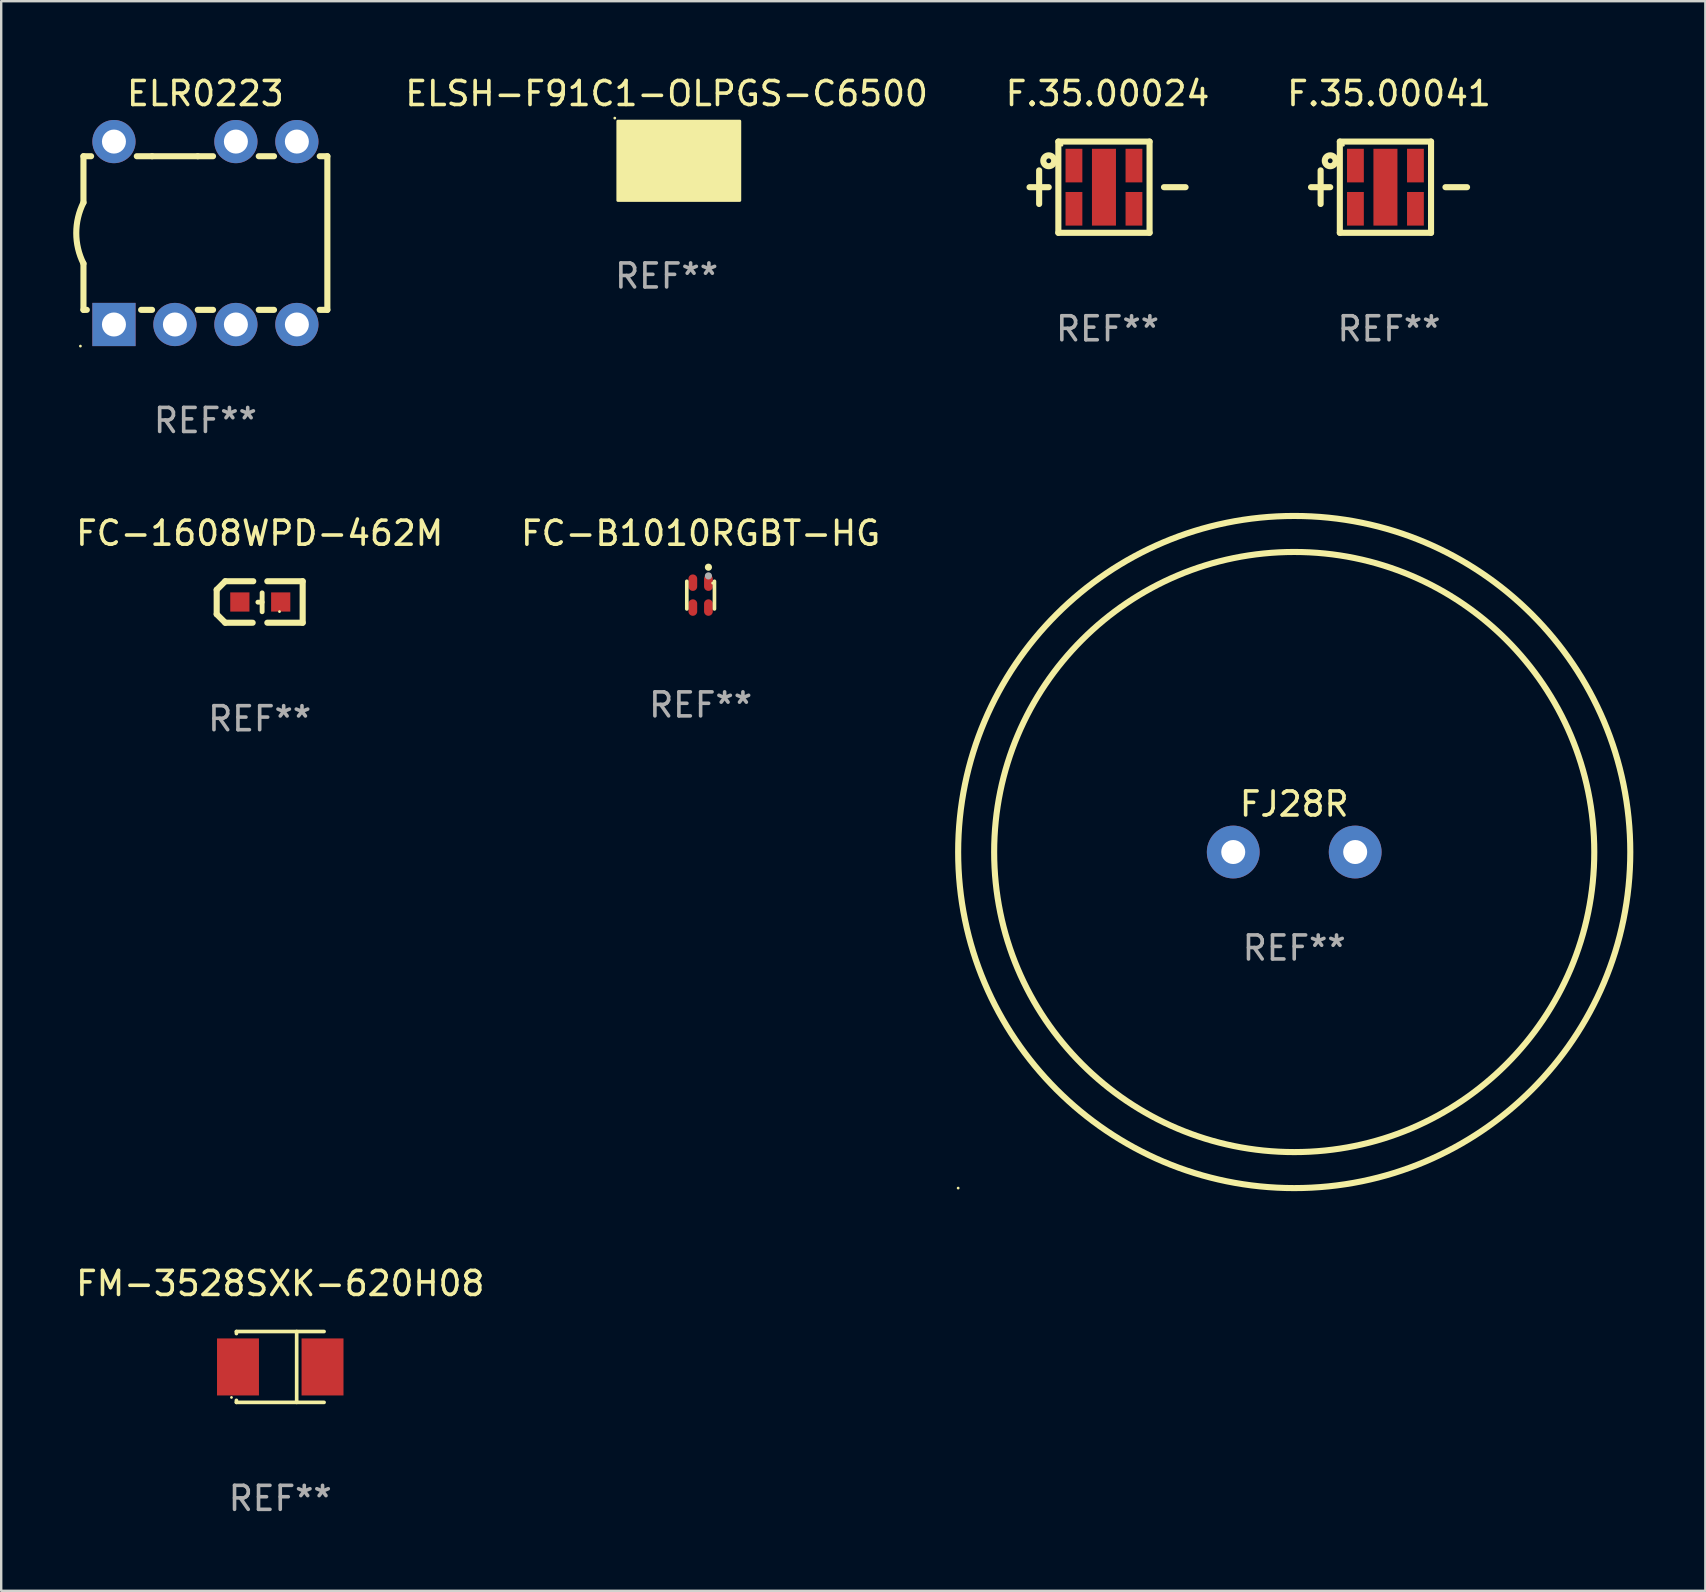
<source format=kicad_pcb>
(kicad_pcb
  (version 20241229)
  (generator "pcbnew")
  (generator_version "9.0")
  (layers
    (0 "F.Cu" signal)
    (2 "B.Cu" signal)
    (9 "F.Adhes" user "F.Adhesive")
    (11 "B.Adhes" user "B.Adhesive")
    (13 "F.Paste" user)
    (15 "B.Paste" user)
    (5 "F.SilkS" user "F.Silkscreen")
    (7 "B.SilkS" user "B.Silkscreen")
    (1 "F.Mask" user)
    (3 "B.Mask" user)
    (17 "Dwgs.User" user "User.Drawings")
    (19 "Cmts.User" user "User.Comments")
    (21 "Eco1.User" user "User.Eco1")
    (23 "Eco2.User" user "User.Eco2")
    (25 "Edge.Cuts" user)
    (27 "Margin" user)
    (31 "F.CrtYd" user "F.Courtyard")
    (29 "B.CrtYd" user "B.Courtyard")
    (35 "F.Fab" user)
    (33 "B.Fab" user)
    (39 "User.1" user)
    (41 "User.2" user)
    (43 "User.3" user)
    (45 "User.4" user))
  (footprint "F.35.00024"
    (layer "F.Cu")
    (at 43.089 4.748)
    (property "Reference" "F.35.00024" (at 0 -3.9 0) (layer "F.SilkS") (effects (font (size 1 1) (thickness 0.15))))
    (attr through_hole)
    (fp_line (start -3.25 0) (end -2.45 0) (stroke (width 0.254) (type solid)) (layer "F.SilkS"))
    (fp_line (start -2.85 -0.7) (end -2.85 0.7) (stroke (width 0.254) (type solid)) (layer "F.SilkS"))
    (fp_line (start -2.05 -1.9) (end 1.75 -1.9) (stroke (width 0.254) (type solid)) (layer "F.SilkS"))
    (fp_line (start -2.05 1.9) (end -2.05 -1.9) (stroke (width 0.254) (type solid)) (layer "F.SilkS"))
    (fp_line (start 1.75 -1.9) (end 1.75 1.9) (stroke (width 0.254) (type solid)) (layer "F.SilkS"))
    (fp_line (start 1.75 1.9) (end -2.05 1.9) (stroke (width 0.254) (type solid)) (layer "F.SilkS"))
    (fp_line (start 2.35 0) (end 3.25 0) (stroke (width 0.254) (type solid)) (layer "F.SilkS"))
    (fp_circle (center -2.45 -1.1) (end -2.35 -1.1) (stroke (width 0.254) (type solid)) (fill no) (layer "F.SilkS"))
    (fp_circle (center -1.9 -1.75) (end -1.87 -1.75) (stroke (width 0.06) (type solid)) (fill no) (layer "F.SilkS"))
    (fp_text user "REF**" (at 0 5.9 0) (layer "F.Fab") (effects (font (size 1 1) (thickness 0.15))))
    (pad "1" smd rect (at -1.4 -0.9) (size 0.7 1.4) (layers "F.Cu" "F.Mask" "F.Paste"))
    (pad "2" smd rect (at 1.1 -0.9) (size 0.7 1.4) (layers "F.Cu" "F.Mask" "F.Paste"))
    (pad "3" smd rect (at -1.4 0.9) (size 0.7 1.4) (layers "F.Cu" "F.Mask" "F.Paste"))
    (pad "4" smd rect (at 1.1 0.9) (size 0.7 1.4) (layers "F.Cu" "F.Mask" "F.Paste"))
    (pad "5" smd rect (at -0.15 0) (size 1 3.2) (layers "F.Cu" "F.Mask" "F.Paste")))
  (footprint "ELR0223"
    (layer "F.Cu")
    (at 5.507 6.658)
    (property "Reference" "ELR0223" (at 0 -5.81 0) (layer "F.SilkS") (effects (font (size 1 1) (thickness 0.15))))
    (attr through_hole)
    (fp_line (start -5.08 -3.2) (end -4.762 -3.2) (stroke (width 0.254) (type solid)) (layer "F.SilkS"))
    (fp_line (start -5.08 -1.27) (end -5.08 -3.2) (stroke (width 0.254) (type solid)) (layer "F.SilkS"))
    (fp_line (start -5.08 3.2) (end -5.08 1.27) (stroke (width 0.254) (type solid)) (layer "F.SilkS"))
    (fp_line (start -5.08 3.2) (end -4.941 3.2) (stroke (width 0.254) (type solid)) (layer "F.SilkS"))
    (fp_line (start -2.858 -3.2) (end -2.222 -3.2) (stroke (width 0.254) (type solid)) (layer "F.SilkS"))
    (fp_line (start -2.679 3.2) (end -2.222 3.2) (stroke (width 0.254) (type solid)) (layer "F.SilkS"))
    (fp_line (start -2.222 -3.2) (end -0.318 -3.2) (stroke (width 0.254) (type solid)) (layer "F.SilkS"))
    (fp_line (start -0.318 -3.2) (end 0.318 -3.2) (stroke (width 0.254) (type solid)) (layer "F.SilkS"))
    (fp_line (start -0.318 3.2) (end 0.318 3.2) (stroke (width 0.254) (type solid)) (layer "F.SilkS"))
    (fp_line (start 2.222 -3.2) (end 2.858 -3.2) (stroke (width 0.254) (type solid)) (layer "F.SilkS"))
    (fp_line (start 2.222 3.2) (end 2.858 3.2) (stroke (width 0.254) (type solid)) (layer "F.SilkS"))
    (fp_line (start 4.762 -3.2) (end 5.08 -3.2) (stroke (width 0.254) (type solid)) (layer "F.SilkS"))
    (fp_line (start 4.762 3.2) (end 5.08 3.2) (stroke (width 0.254) (type solid)) (layer "F.SilkS"))
    (fp_line (start 5.08 3.2) (end 5.08 -3.2) (stroke (width 0.254) (type solid)) (layer "F.SilkS"))
    (fp_arc (start -5.080011 1.270002) (mid -5.379818 -0.000001) (end -5.08001 -1.270003) (stroke (width 0.254001) (type solid)) (layer "F.SilkS"))
    (fp_circle (center -5.207 4.71) (end -5.177 4.71) (stroke (width 0.06) (type solid)) (fill no) (layer "F.SilkS"))
    (fp_text user "REF**" (at 0 7.81 0) (layer "F.Fab") (effects (font (size 1 1) (thickness 0.15))))
    (pad "1" thru_hole rect (at -3.81 3.81) (size 1.8 1.8) (drill 1) (layers "*.Cu" "*.Mask"))
    (pad "2" thru_hole circle (at -1.27 3.81) (size 1.8 1.8) (drill 1) (layers "*.Cu" "*.Mask"))
    (pad "3" thru_hole circle (at 1.27 3.81) (size 1.8 1.8) (drill 1) (layers "*.Cu" "*.Mask"))
    (pad "4" thru_hole circle (at 3.81 3.81) (size 1.8 1.8) (drill 1) (layers "*.Cu" "*.Mask"))
    (pad "5" thru_hole circle (at 3.81 -3.81) (size 1.8 1.8) (drill 1) (layers "*.Cu" "*.Mask"))
    (pad "6" thru_hole circle (at 1.27 -3.81) (size 1.8 1.8) (drill 1) (layers "*.Cu" "*.Mask"))
    (pad "8" thru_hole circle (at -3.81 -3.81) (size 1.8 1.8) (drill 1) (layers "*.Cu" "*.Mask")))
  (footprint "FC-B1010RGBT-HG"
    (layer "F.Cu")
    (at 26.137 21.741)
    (property "Reference" "FC-B1010RGBT-HG" (at 0 -2.576 0) (layer "F.SilkS") (effects (font (size 1 1) (thickness 0.15))))
    (attr through_hole)
    (fp_line (start -0.576 -0.576) (end -0.576 0.576) (stroke (width 0.152) (type solid)) (layer "F.SilkS"))
    (fp_line (start 0.576 -0.576) (end 0.576 0.576) (stroke (width 0.152) (type solid)) (layer "F.SilkS"))
    (fp_circle (center 0.325 -1.162) (end 0.4 -1.162) (stroke (width 0.15) (type solid)) (fill no) (layer "F.SilkS"))
    (fp_circle (center 0.5 -0.5) (end 0.53 -0.5) (stroke (width 0.06) (type solid)) (fill no) (layer "F.SilkS"))
    (fp_circle (center 0.325 -0.8) (end 0.4 -0.8) (stroke (width 0.15) (type solid)) (fill no) (layer "F.Fab"))
    (fp_text user "REF**" (at 0 4.576 0) (layer "F.Fab") (effects (font (size 1 1) (thickness 0.15))))
    (pad "1" smd oval (at 0.325 -0.518 180) (size 0.364 0.687) (layers "F.Cu" "F.Mask" "F.Paste"))
    (pad "2" smd oval (at 0.325 0.519 180) (size 0.364 0.687) (layers "F.Cu" "F.Mask" "F.Paste"))
    (pad "3" smd oval (at -0.325 0.519 180) (size 0.364 0.687) (layers "F.Cu" "F.Mask" "F.Paste"))
    (pad "4" smd oval (at -0.325 -0.518 180) (size 0.364 0.687) (layers "F.Cu" "F.Mask" "F.Paste")))
  (footprint "ELSH-F91C1-OLPGS-C6500"
    (layer "F.Cu")
    (at 24.72 3.648)
    (property "Reference" "ELSH-F91C1-OLPGS-C6500" (at 0 -2.8 0) (layer "F.SilkS") (effects (font (size 1 1) (thickness 0.15))))
    (attr through_hole)
    (fp_circle (center -2.159 -1.778) (end -2.129 -1.778) (stroke (width 0.06) (type solid)) (fill no) (layer "F.SilkS"))
    (fp_poly (pts (xy -2.032 -1.651) (xy 3.048 -1.651) (xy 3.048 1.651) (xy -2.032 1.651)) (stroke (width 0.12) (type solid)) (fill yes) (layer "F.SilkS"))
    (fp_text user "REF**" (at 0 4.8 0) (layer "F.Fab") (effects (font (size 1 1) (thickness 0.15))))
    (pad "1" smd rect (at -1.29 -0.8 180) (size 0.67 1.2) (layers "F.Cu" "F.Mask" "F.Paste"))
    (pad "2" smd rect (at -1.29 0.8 180) (size 0.67 1.2) (layers "F.Cu" "F.Mask" "F.Paste"))
    (pad "3" smd custom (at 1.29 0.000127 180) (size 2.667 2.794) (layers "F.Cu" "F.Mask" "F.Paste") (options (anchor circle)) (primitives (gr_poly (pts (xy 1.334 1.397) (xy 1.334 -1.397) (xy -1.333 -1.397) (xy -1.333 -0.508) (xy -0.444 -0.508) (xy -0.444 0.508) (xy -1.333 0.508) (xy -1.333 1.397) (xy 1.334 1.397)) (width 0) (fill yes)))))
  (footprint "F.35.00041"
    (layer "F.Cu")
    (at 54.815 4.748)
    (property "Reference" "F.35.00041" (at 0 -3.9 0) (layer "F.SilkS") (effects (font (size 1 1) (thickness 0.15))))
    (attr through_hole)
    (fp_line (start -3.25 0) (end -2.45 0) (stroke (width 0.254) (type solid)) (layer "F.SilkS"))
    (fp_line (start -2.85 -0.7) (end -2.85 0.7) (stroke (width 0.254) (type solid)) (layer "F.SilkS"))
    (fp_line (start -2.05 -1.9) (end 1.75 -1.9) (stroke (width 0.254) (type solid)) (layer "F.SilkS"))
    (fp_line (start -2.05 1.9) (end -2.05 -1.9) (stroke (width 0.254) (type solid)) (layer "F.SilkS"))
    (fp_line (start 1.75 -1.9) (end 1.75 1.9) (stroke (width 0.254) (type solid)) (layer "F.SilkS"))
    (fp_line (start 1.75 1.9) (end -2.05 1.9) (stroke (width 0.254) (type solid)) (layer "F.SilkS"))
    (fp_line (start 2.35 0) (end 3.25 0) (stroke (width 0.254) (type solid)) (layer "F.SilkS"))
    (fp_circle (center -2.45 -1.1) (end -2.35 -1.1) (stroke (width 0.254) (type solid)) (fill no) (layer "F.SilkS"))
    (fp_circle (center -1.9 -1.75) (end -1.87 -1.75) (stroke (width 0.06) (type solid)) (fill no) (layer "F.SilkS"))
    (fp_text user "REF**" (at 0 5.9 0) (layer "F.Fab") (effects (font (size 1 1) (thickness 0.15))))
    (pad "1" smd rect (at -1.4 -0.9) (size 0.7 1.4) (layers "F.Cu" "F.Mask" "F.Paste"))
    (pad "2" smd rect (at 1.1 -0.9) (size 0.7 1.4) (layers "F.Cu" "F.Mask" "F.Paste"))
    (pad "3" smd rect (at -1.4 0.9) (size 0.7 1.4) (layers "F.Cu" "F.Mask" "F.Paste"))
    (pad "4" smd rect (at 1.1 0.9) (size 0.7 1.4) (layers "F.Cu" "F.Mask" "F.Paste"))
    (pad "5" smd rect (at -0.15 0) (size 1 3.2) (layers "F.Cu" "F.Mask" "F.Paste")))
  (footprint "FJ28R"
    (layer "F.Cu")
    (at 50.865 32.444)
    (property "Reference" "FJ28R" (at 0 -2 0) (layer "F.SilkS") (effects (font (size 1 1) (thickness 0.15))))
    (attr through_hole)
    (fp_circle (center -14 14) (end -13.97 14) (stroke (width 0.06) (type solid)) (fill no) (layer "F.SilkS"))
    (fp_circle (center 0 0) (end 12.5 0) (stroke (width 0.254) (type solid)) (fill no) (layer "F.SilkS"))
    (fp_circle (center 0 0) (end 14 0) (stroke (width 0.254) (type solid)) (fill no) (layer "F.SilkS"))
    (fp_text user "+" (at 5.55 0.86 0) (layer "B.Mask") (effects (font (size 1 1) (thickness 0.15))))
    (fp_text user "REF**" (at 0 4 0) (layer "F.Fab") (effects (font (size 1 1) (thickness 0.15))))
    (pad "1" thru_hole circle (at -2.54 0) (size 2.2 2.2) (drill 1) (layers "*.Cu" "*.Mask"))
    (pad "2" thru_hole circle (at 2.54 0) (size 2.2 2.2) (drill 1) (layers "*.Cu" "*.Mask")))
  (footprint "FM-3528SXK-620H08"
    (layer "F.Cu")
    (at 8.625 53.895)
    (property "Reference" "FM-3528SXK-620H08" (at 0 -3.476 0) (layer "F.SilkS") (effects (font (size 1 1) (thickness 0.15))))
    (attr through_hole)
    (fp_line (start -1.826 -1.476) (end -1.826 -1.391) (stroke (width 0.152) (type solid)) (layer "F.SilkS"))
    (fp_line (start -1.826 1.476) (end -1.826 1.391) (stroke (width 0.152) (type solid)) (layer "F.SilkS"))
    (fp_line (start 0.684 1.476) (end 0.684 -1.476) (stroke (width 0.152) (type solid)) (layer "F.SilkS"))
    (fp_line (start 1.826 -1.476) (end -1.826 -1.476) (stroke (width 0.152) (type solid)) (layer "F.SilkS"))
    (fp_line (start 1.826 1.476) (end -1.826 1.476) (stroke (width 0.152) (type solid)) (layer "F.SilkS"))
    (fp_circle (center -2.032 1.27) (end -2.002 1.27) (stroke (width 0.06) (type solid)) (fill no) (layer "F.SilkS"))
    (fp_text user "REF**" (at 0 5.476 0) (layer "F.Fab") (effects (font (size 1 1) (thickness 0.15))))
    (pad "1" smd rect (at -1.761 0) (size 1.747 2.376) (layers "F.Cu" "F.Mask" "F.Paste"))
    (pad "2" smd rect (at 1.761 0) (size 1.747 2.376) (layers "F.Cu" "F.Mask" "F.Paste")))
  (footprint "FC-1608WPD-462M"
    (layer "F.Cu")
    (at 7.768 22.028)
    (property "Reference" "FC-1608WPD-462M" (at 0 -2.864 0) (layer "F.SilkS") (effects (font (size 1 1) (thickness 0.15))))
    (attr through_hole)
    (fp_line (start -1.791 -0.508) (end -1.435 -0.864) (stroke (width 0.254) (type solid)) (layer "F.SilkS"))
    (fp_line (start -1.791 0.508) (end -1.791 -0.508) (stroke (width 0.254) (type solid)) (layer "F.SilkS"))
    (fp_line (start -1.435 0.864) (end -1.791 0.508) (stroke (width 0.254) (type solid)) (layer "F.SilkS"))
    (fp_line (start -0.292 0.864) (end -1.435 0.864) (stroke (width 0.254) (type solid)) (layer "F.SilkS"))
    (fp_line (start -0.267 -0.864) (end -1.435 -0.864) (stroke (width 0.254) (type solid)) (layer "F.SilkS"))
    (fp_line (start 0.102 0.008) (end -0.074 0.008) (stroke (width 0.203) (type solid)) (layer "F.SilkS"))
    (fp_line (start 0.102 0.406) (end 0.102 -0.381) (stroke (width 0.203) (type solid)) (layer "F.SilkS"))
    (fp_line (start 1.791 -0.864) (end 0.318 -0.864) (stroke (width 0.254) (type solid)) (layer "F.SilkS"))
    (fp_line (start 1.791 0.864) (end 0.318 0.864) (stroke (width 0.254) (type solid)) (layer "F.SilkS"))
    (fp_line (start 1.791 0.864) (end 1.791 -0.864) (stroke (width 0.254) (type solid)) (layer "F.SilkS"))
    (fp_circle (center 0.825 0.4) (end 0.855 0.4) (stroke (width 0.06) (type solid)) (fill no) (layer "F.SilkS"))
    (fp_text user "REF**" (at 0 4.864 0) (layer "F.Fab") (effects (font (size 1 1) (thickness 0.15))))
    (pad "1" smd rect (at 0.876 0 90) (size 0.8 0.8) (layers "F.Cu" "F.Mask" "F.Paste"))
    (pad "2" smd rect (at -0.826 0 90) (size 0.8 0.8) (layers "F.Cu" "F.Mask" "F.Paste")))
  (gr_rect
    (start -3 -3)
    (end 67.992 63.219)
    (stroke (width 0.1) (type default))
    (fill no)
    (layer "Edge.Cuts")))
</source>
